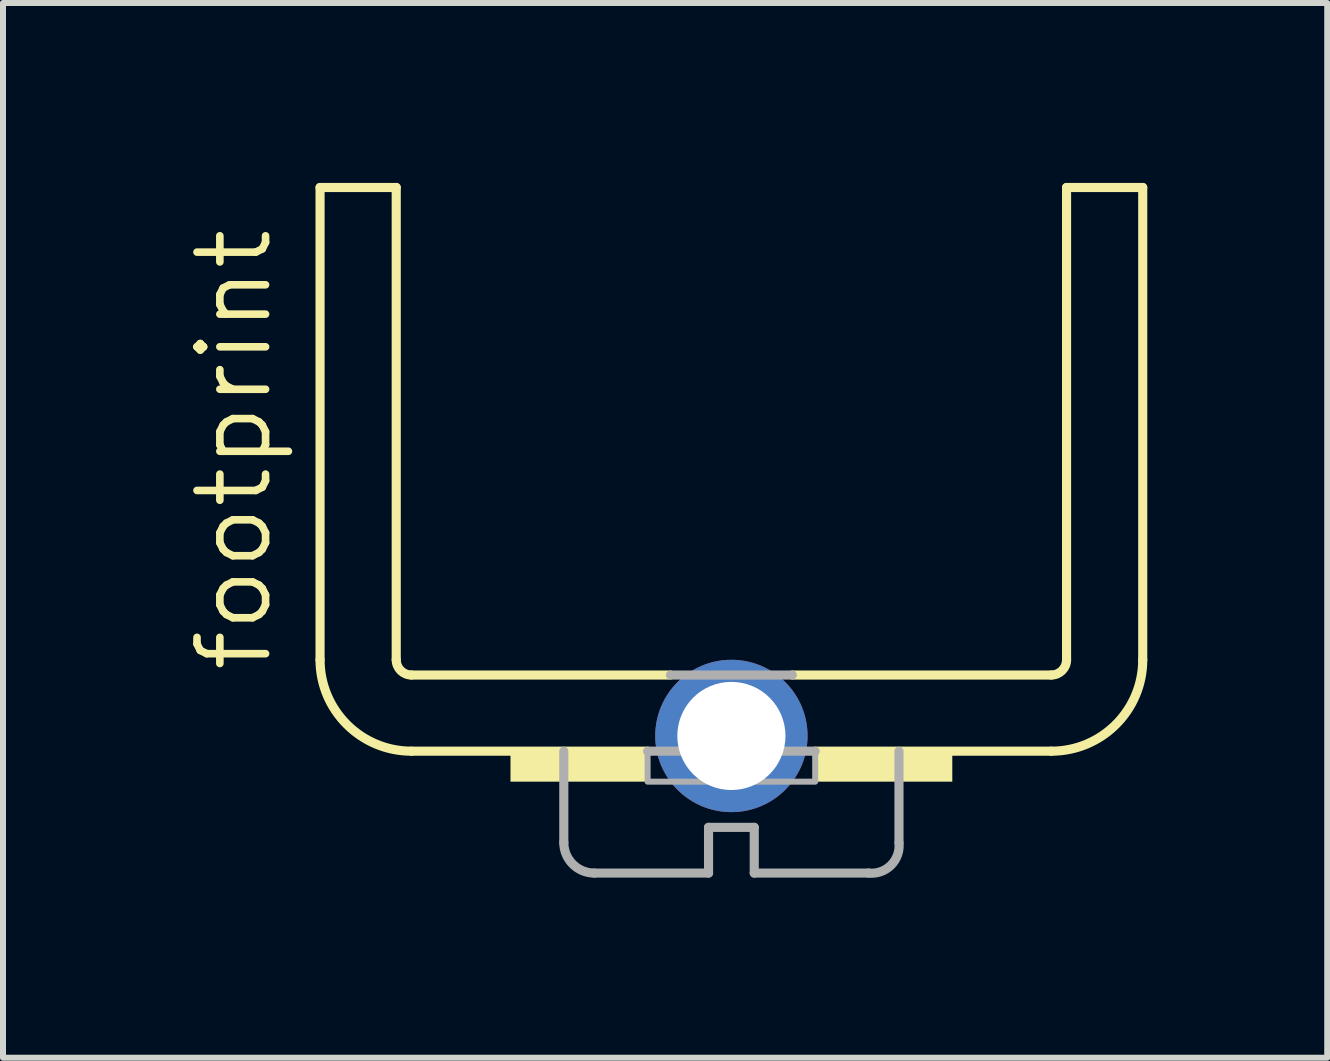
<source format=kicad_pcb>
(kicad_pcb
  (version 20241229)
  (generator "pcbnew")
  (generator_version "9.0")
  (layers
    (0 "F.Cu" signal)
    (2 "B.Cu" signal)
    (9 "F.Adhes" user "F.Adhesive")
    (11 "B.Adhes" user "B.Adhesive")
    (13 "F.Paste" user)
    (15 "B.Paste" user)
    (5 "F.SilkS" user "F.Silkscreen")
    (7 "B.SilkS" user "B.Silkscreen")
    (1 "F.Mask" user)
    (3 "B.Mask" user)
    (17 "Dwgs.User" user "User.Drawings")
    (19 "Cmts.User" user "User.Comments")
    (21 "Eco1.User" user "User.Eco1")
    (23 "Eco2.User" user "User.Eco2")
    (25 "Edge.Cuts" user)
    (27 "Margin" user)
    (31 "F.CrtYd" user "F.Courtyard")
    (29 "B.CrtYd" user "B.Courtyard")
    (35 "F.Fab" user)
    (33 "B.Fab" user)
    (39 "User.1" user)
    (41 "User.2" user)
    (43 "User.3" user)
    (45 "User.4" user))
  (footprint "footprint"
    (layer "F.Cu")
    (at 9.144 8.204)
    (property "Reference" "footprint" (at -7.62 0 90) (layer "F.SilkS") (effects (font (size 1.143 1.143) (thickness 0.127)) (justify left bottom)))
    (fp_line (start -6.858 -8.128) (end -5.588 -8.128) (stroke (width 0.152) (type solid)) (layer "F.SilkS"))
    (fp_line (start -6.858 -0.254) (end -6.858 -8.128) (stroke (width 0.152) (type solid)) (layer "F.SilkS"))
    (fp_line (start -5.588 -0.254) (end -5.588 -8.128) (stroke (width 0.152) (type solid)) (layer "F.SilkS"))
    (fp_line (start -5.334 0) (end -1.016 0) (stroke (width 0.152) (type solid)) (layer "F.SilkS"))
    (fp_line (start -1.397 1.27) (end -5.334 1.27) (stroke (width 0.152) (type solid)) (layer "F.SilkS"))
    (fp_line (start 1.016 0) (end 5.334 0) (stroke (width 0.152) (type solid)) (layer "F.SilkS"))
    (fp_line (start 1.397 1.27) (end 5.334 1.27) (stroke (width 0.152) (type solid)) (layer "F.SilkS"))
    (fp_line (start 5.588 -0.254) (end 5.588 -8.128) (stroke (width 0.152) (type solid)) (layer "F.SilkS"))
    (fp_line (start 6.858 -8.128) (end 5.588 -8.128) (stroke (width 0.152) (type solid)) (layer "F.SilkS"))
    (fp_line (start 6.858 -0.254) (end 6.858 -8.128) (stroke (width 0.152) (type solid)) (layer "F.SilkS"))
    (fp_arc (start -5.334 0) (mid -5.513605 -0.074395) (end -5.588 -0.254) (stroke (width 0.1524) (type solid)) (layer "F.SilkS"))
    (fp_arc (start -5.334 1.27) (mid -6.411631 0.823631) (end -6.858 -0.254) (stroke (width 0.1524) (type solid)) (layer "F.SilkS"))
    (fp_arc (start 5.588 -0.254) (mid 5.513605 -0.074395) (end 5.334 0) (stroke (width 0.1524) (type solid)) (layer "F.SilkS"))
    (fp_arc (start 6.858 -0.254) (mid 6.411631 0.823631) (end 5.334 1.27) (stroke (width 0.1524) (type solid)) (layer "F.SilkS"))
    (fp_poly (pts (xy -3.683 1.778) (xy -1.397 1.778) (xy -1.397 1.27) (xy -3.683 1.27)) (stroke (width 0) (type solid)) (fill yes) (layer "F.SilkS"))
    (fp_poly (pts (xy 1.397 1.778) (xy 3.683 1.778) (xy 3.683 1.27) (xy 1.397 1.27)) (stroke (width 0) (type solid)) (fill yes) (layer "F.SilkS"))
    (fp_line (start -2.794 2.794) (end -2.794 1.27) (stroke (width 0.152) (type solid)) (layer "F.Fab"))
    (fp_line (start -2.286 3.302) (end -0.381 3.302) (stroke (width 0.152) (type solid)) (layer "F.Fab"))
    (fp_line (start -1.016 0) (end 1.016 0) (stroke (width 0.152) (type solid)) (layer "F.Fab"))
    (fp_line (start -0.381 2.54) (end -0.381 3.302) (stroke (width 0.152) (type solid)) (layer "F.Fab"))
    (fp_line (start -0.381 2.54) (end 0.381 2.54) (stroke (width 0.152) (type solid)) (layer "F.Fab"))
    (fp_line (start 0.381 3.302) (end 0.381 2.54) (stroke (width 0.152) (type solid)) (layer "F.Fab"))
    (fp_line (start 1.397 1.27) (end -1.397 1.27) (stroke (width 0.152) (type solid)) (layer "F.Fab"))
    (fp_line (start 2.286 3.302) (end 0.381 3.302) (stroke (width 0.152) (type solid)) (layer "F.Fab"))
    (fp_line (start 2.794 2.794) (end 2.794 1.27) (stroke (width 0.152) (type solid)) (layer "F.Fab"))
    (fp_arc (start -2.286 3.302) (mid -2.64521 3.15321) (end -2.794 2.794) (stroke (width 0.1524) (type solid)) (layer "F.Fab"))
    (fp_arc (start 2.795 2.8049) (mid 2.658131 3.173897) (end 2.286 3.302) (stroke (width 0.1524) (type solid)) (layer "F.Fab"))
    (fp_poly (pts (xy -1.397 1.778) (xy 1.397 1.778) (xy 1.397 1.27) (xy -1.397 1.27)) (stroke (width 0.1) (type solid)) (fill no) (layer "F.Fab"))
    (pad "B" thru_hole circle (at 0 1.016) (size 2.54 2.54) (drill 1.803) (layers "*.Cu" "*.Mask")))
  (gr_rect
    (start -3 -3)
    (end 19.078 14.585)
    (stroke (width 0.1) (type default))
    (fill no)
    (layer "Edge.Cuts")))
</source>
